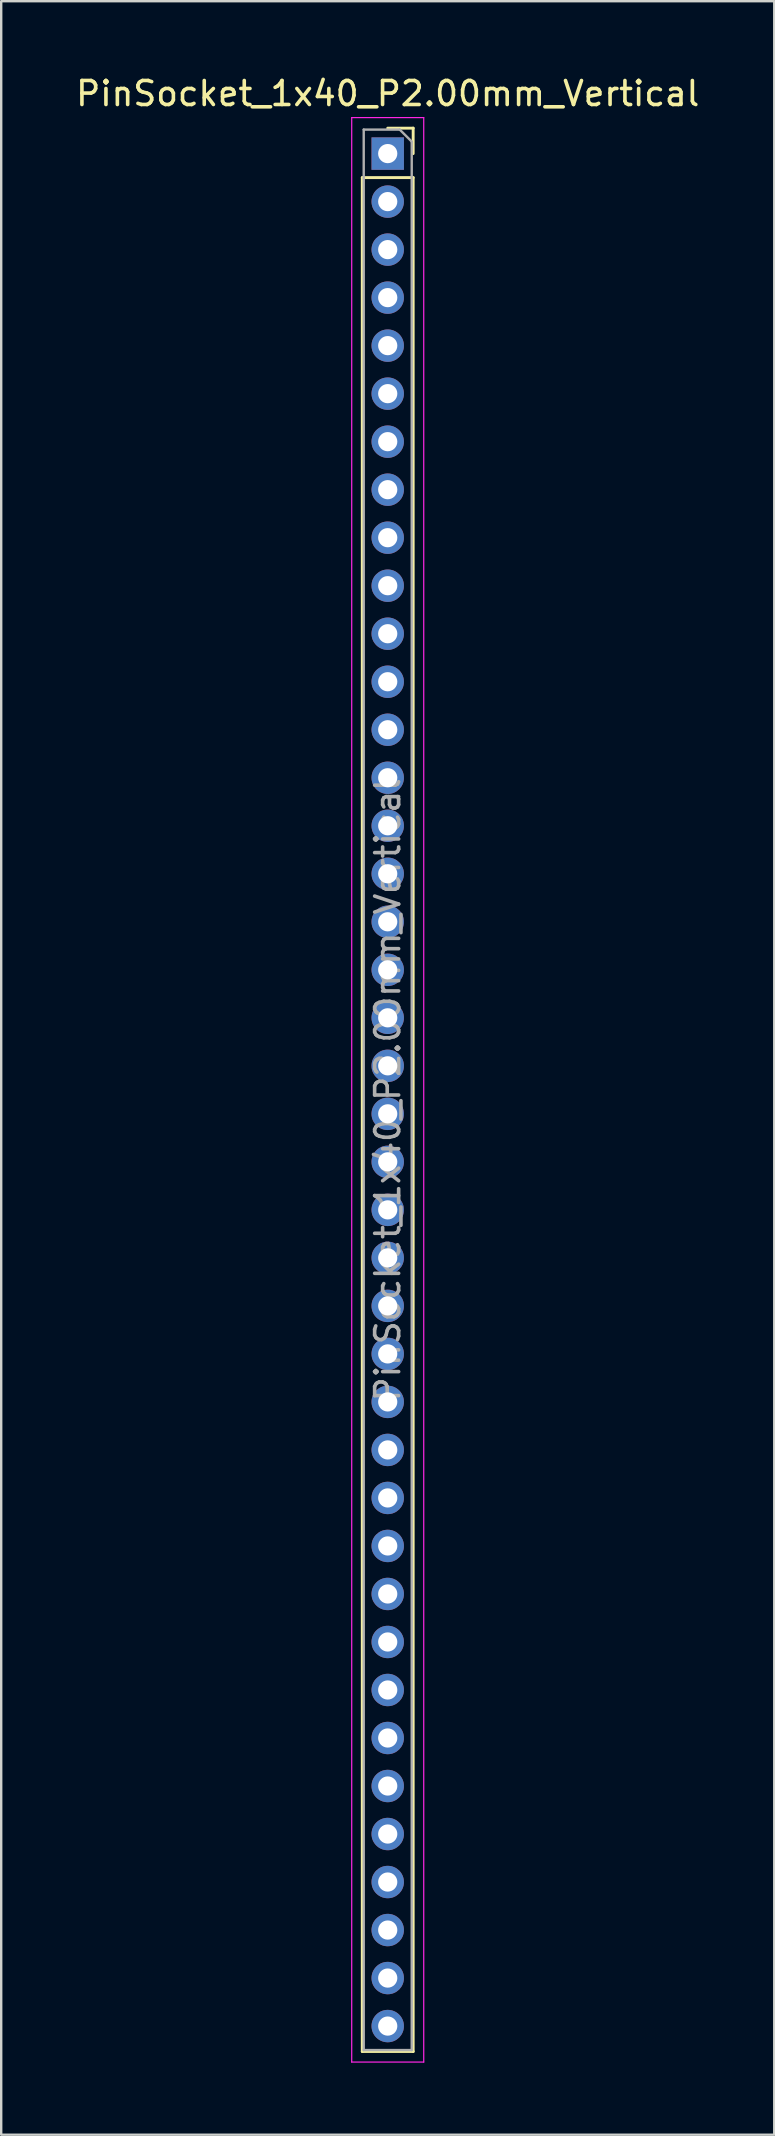
<source format=kicad_pcb>
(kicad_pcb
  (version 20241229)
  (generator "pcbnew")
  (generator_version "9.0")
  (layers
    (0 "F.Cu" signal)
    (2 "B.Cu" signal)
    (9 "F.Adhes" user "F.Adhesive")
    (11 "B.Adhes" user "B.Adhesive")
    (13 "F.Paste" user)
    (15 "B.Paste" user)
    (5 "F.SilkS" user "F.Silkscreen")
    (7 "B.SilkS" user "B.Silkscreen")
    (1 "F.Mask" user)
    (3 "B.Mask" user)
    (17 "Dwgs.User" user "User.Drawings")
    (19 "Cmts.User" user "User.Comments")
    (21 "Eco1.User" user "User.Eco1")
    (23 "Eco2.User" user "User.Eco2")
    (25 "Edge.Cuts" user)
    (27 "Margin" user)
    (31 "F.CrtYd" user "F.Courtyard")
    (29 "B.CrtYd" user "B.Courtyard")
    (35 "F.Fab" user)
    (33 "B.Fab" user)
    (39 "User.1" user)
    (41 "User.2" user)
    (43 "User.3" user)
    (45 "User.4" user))
  (footprint "PinSocket_1x40_P2.00mm_Vertical"
    (layer "F.Cu")
    (at 13.101 3.348)
    (property "Reference" "PinSocket_1x40_P2.00mm_Vertical" (at 0 -2.5 0) (layer "F.SilkS") (effects (font (size 1 1) (thickness 0.15))))
    (attr through_hole)
    (fp_line (start -1.06 1) (end -1.06 79.06) (stroke (width 0.12) (type solid)) (layer "F.SilkS"))
    (fp_line (start -1.06 1) (end 1.06 1) (stroke (width 0.12) (type solid)) (layer "F.SilkS"))
    (fp_line (start -1.06 79.06) (end 1.06 79.06) (stroke (width 0.12) (type solid)) (layer "F.SilkS"))
    (fp_line (start 0 -1.06) (end 1.06 -1.06) (stroke (width 0.12) (type solid)) (layer "F.SilkS"))
    (fp_line (start 1.06 -1.06) (end 1.06 0) (stroke (width 0.12) (type solid)) (layer "F.SilkS"))
    (fp_line (start 1.06 1) (end 1.06 79.06) (stroke (width 0.12) (type solid)) (layer "F.SilkS"))
    (fp_line (start -1.5 -1.5) (end 1.5 -1.5) (stroke (width 0.05) (type solid)) (layer "F.CrtYd"))
    (fp_line (start -1.5 79.5) (end -1.5 -1.5) (stroke (width 0.05) (type solid)) (layer "F.CrtYd"))
    (fp_line (start 1.5 -1.5) (end 1.5 79.5) (stroke (width 0.05) (type solid)) (layer "F.CrtYd"))
    (fp_line (start 1.5 79.5) (end -1.5 79.5) (stroke (width 0.05) (type solid)) (layer "F.CrtYd"))
    (fp_line (start -1 -1) (end 0.5 -1) (stroke (width 0.1) (type solid)) (layer "F.Fab"))
    (fp_line (start -1 79) (end -1 -1) (stroke (width 0.1) (type solid)) (layer "F.Fab"))
    (fp_line (start 0.5 -1) (end 1 -0.5) (stroke (width 0.1) (type solid)) (layer "F.Fab"))
    (fp_line (start 1 -0.5) (end 1 79) (stroke (width 0.1) (type solid)) (layer "F.Fab"))
    (fp_line (start 1 79) (end -1 79) (stroke (width 0.1) (type solid)) (layer "F.Fab"))
    (fp_text user "${REFERENCE}" (at 0 39 90) (layer "F.Fab") (effects (font (size 1 1) (thickness 0.15))))
    (pad "1" thru_hole rect (at 0 0) (size 1.35 1.35) (drill 0.8) (layers "*.Cu" "*.Mask"))
    (pad "2" thru_hole circle (at 0 2) (size 1.35 1.35) (drill 0.8) (layers "*.Cu" "*.Mask"))
    (pad "3" thru_hole circle (at 0 4) (size 1.35 1.35) (drill 0.8) (layers "*.Cu" "*.Mask"))
    (pad "4" thru_hole circle (at 0 6) (size 1.35 1.35) (drill 0.8) (layers "*.Cu" "*.Mask"))
    (pad "5" thru_hole circle (at 0 8) (size 1.35 1.35) (drill 0.8) (layers "*.Cu" "*.Mask"))
    (pad "6" thru_hole circle (at 0 10) (size 1.35 1.35) (drill 0.8) (layers "*.Cu" "*.Mask"))
    (pad "7" thru_hole circle (at 0 12) (size 1.35 1.35) (drill 0.8) (layers "*.Cu" "*.Mask"))
    (pad "8" thru_hole circle (at 0 14) (size 1.35 1.35) (drill 0.8) (layers "*.Cu" "*.Mask"))
    (pad "9" thru_hole circle (at 0 16) (size 1.35 1.35) (drill 0.8) (layers "*.Cu" "*.Mask"))
    (pad "10" thru_hole circle (at 0 18) (size 1.35 1.35) (drill 0.8) (layers "*.Cu" "*.Mask"))
    (pad "11" thru_hole circle (at 0 20) (size 1.35 1.35) (drill 0.8) (layers "*.Cu" "*.Mask"))
    (pad "12" thru_hole circle (at 0 22) (size 1.35 1.35) (drill 0.8) (layers "*.Cu" "*.Mask"))
    (pad "13" thru_hole circle (at 0 24) (size 1.35 1.35) (drill 0.8) (layers "*.Cu" "*.Mask"))
    (pad "14" thru_hole circle (at 0 26) (size 1.35 1.35) (drill 0.8) (layers "*.Cu" "*.Mask"))
    (pad "15" thru_hole circle (at 0 28) (size 1.35 1.35) (drill 0.8) (layers "*.Cu" "*.Mask"))
    (pad "16" thru_hole circle (at 0 30) (size 1.35 1.35) (drill 0.8) (layers "*.Cu" "*.Mask"))
    (pad "17" thru_hole circle (at 0 32) (size 1.35 1.35) (drill 0.8) (layers "*.Cu" "*.Mask"))
    (pad "18" thru_hole circle (at 0 34) (size 1.35 1.35) (drill 0.8) (layers "*.Cu" "*.Mask"))
    (pad "19" thru_hole circle (at 0 36) (size 1.35 1.35) (drill 0.8) (layers "*.Cu" "*.Mask"))
    (pad "20" thru_hole circle (at 0 38) (size 1.35 1.35) (drill 0.8) (layers "*.Cu" "*.Mask"))
    (pad "21" thru_hole circle (at 0 40) (size 1.35 1.35) (drill 0.8) (layers "*.Cu" "*.Mask"))
    (pad "22" thru_hole circle (at 0 42) (size 1.35 1.35) (drill 0.8) (layers "*.Cu" "*.Mask"))
    (pad "23" thru_hole circle (at 0 44) (size 1.35 1.35) (drill 0.8) (layers "*.Cu" "*.Mask"))
    (pad "24" thru_hole circle (at 0 46) (size 1.35 1.35) (drill 0.8) (layers "*.Cu" "*.Mask"))
    (pad "25" thru_hole circle (at 0 48) (size 1.35 1.35) (drill 0.8) (layers "*.Cu" "*.Mask"))
    (pad "26" thru_hole circle (at 0 50) (size 1.35 1.35) (drill 0.8) (layers "*.Cu" "*.Mask"))
    (pad "27" thru_hole circle (at 0 52) (size 1.35 1.35) (drill 0.8) (layers "*.Cu" "*.Mask"))
    (pad "28" thru_hole circle (at 0 54) (size 1.35 1.35) (drill 0.8) (layers "*.Cu" "*.Mask"))
    (pad "29" thru_hole circle (at 0 56) (size 1.35 1.35) (drill 0.8) (layers "*.Cu" "*.Mask"))
    (pad "30" thru_hole circle (at 0 58) (size 1.35 1.35) (drill 0.8) (layers "*.Cu" "*.Mask"))
    (pad "31" thru_hole circle (at 0 60) (size 1.35 1.35) (drill 0.8) (layers "*.Cu" "*.Mask"))
    (pad "32" thru_hole circle (at 0 62) (size 1.35 1.35) (drill 0.8) (layers "*.Cu" "*.Mask"))
    (pad "33" thru_hole circle (at 0 64) (size 1.35 1.35) (drill 0.8) (layers "*.Cu" "*.Mask"))
    (pad "34" thru_hole circle (at 0 66) (size 1.35 1.35) (drill 0.8) (layers "*.Cu" "*.Mask"))
    (pad "35" thru_hole circle (at 0 68) (size 1.35 1.35) (drill 0.8) (layers "*.Cu" "*.Mask"))
    (pad "36" thru_hole circle (at 0 70) (size 1.35 1.35) (drill 0.8) (layers "*.Cu" "*.Mask"))
    (pad "37" thru_hole circle (at 0 72) (size 1.35 1.35) (drill 0.8) (layers "*.Cu" "*.Mask"))
    (pad "38" thru_hole circle (at 0 74) (size 1.35 1.35) (drill 0.8) (layers "*.Cu" "*.Mask"))
    (pad "39" thru_hole circle (at 0 76) (size 1.35 1.35) (drill 0.8) (layers "*.Cu" "*.Mask"))
    (pad "40" thru_hole circle (at 0 78) (size 1.35 1.35) (drill 0.8) (layers "*.Cu" "*.Mask")))
  (gr_rect
    (start -3 -3)
    (end 29.202 85.873)
    (stroke (width 0.1) (type default))
    (fill no)
    (layer "Edge.Cuts")))
</source>
